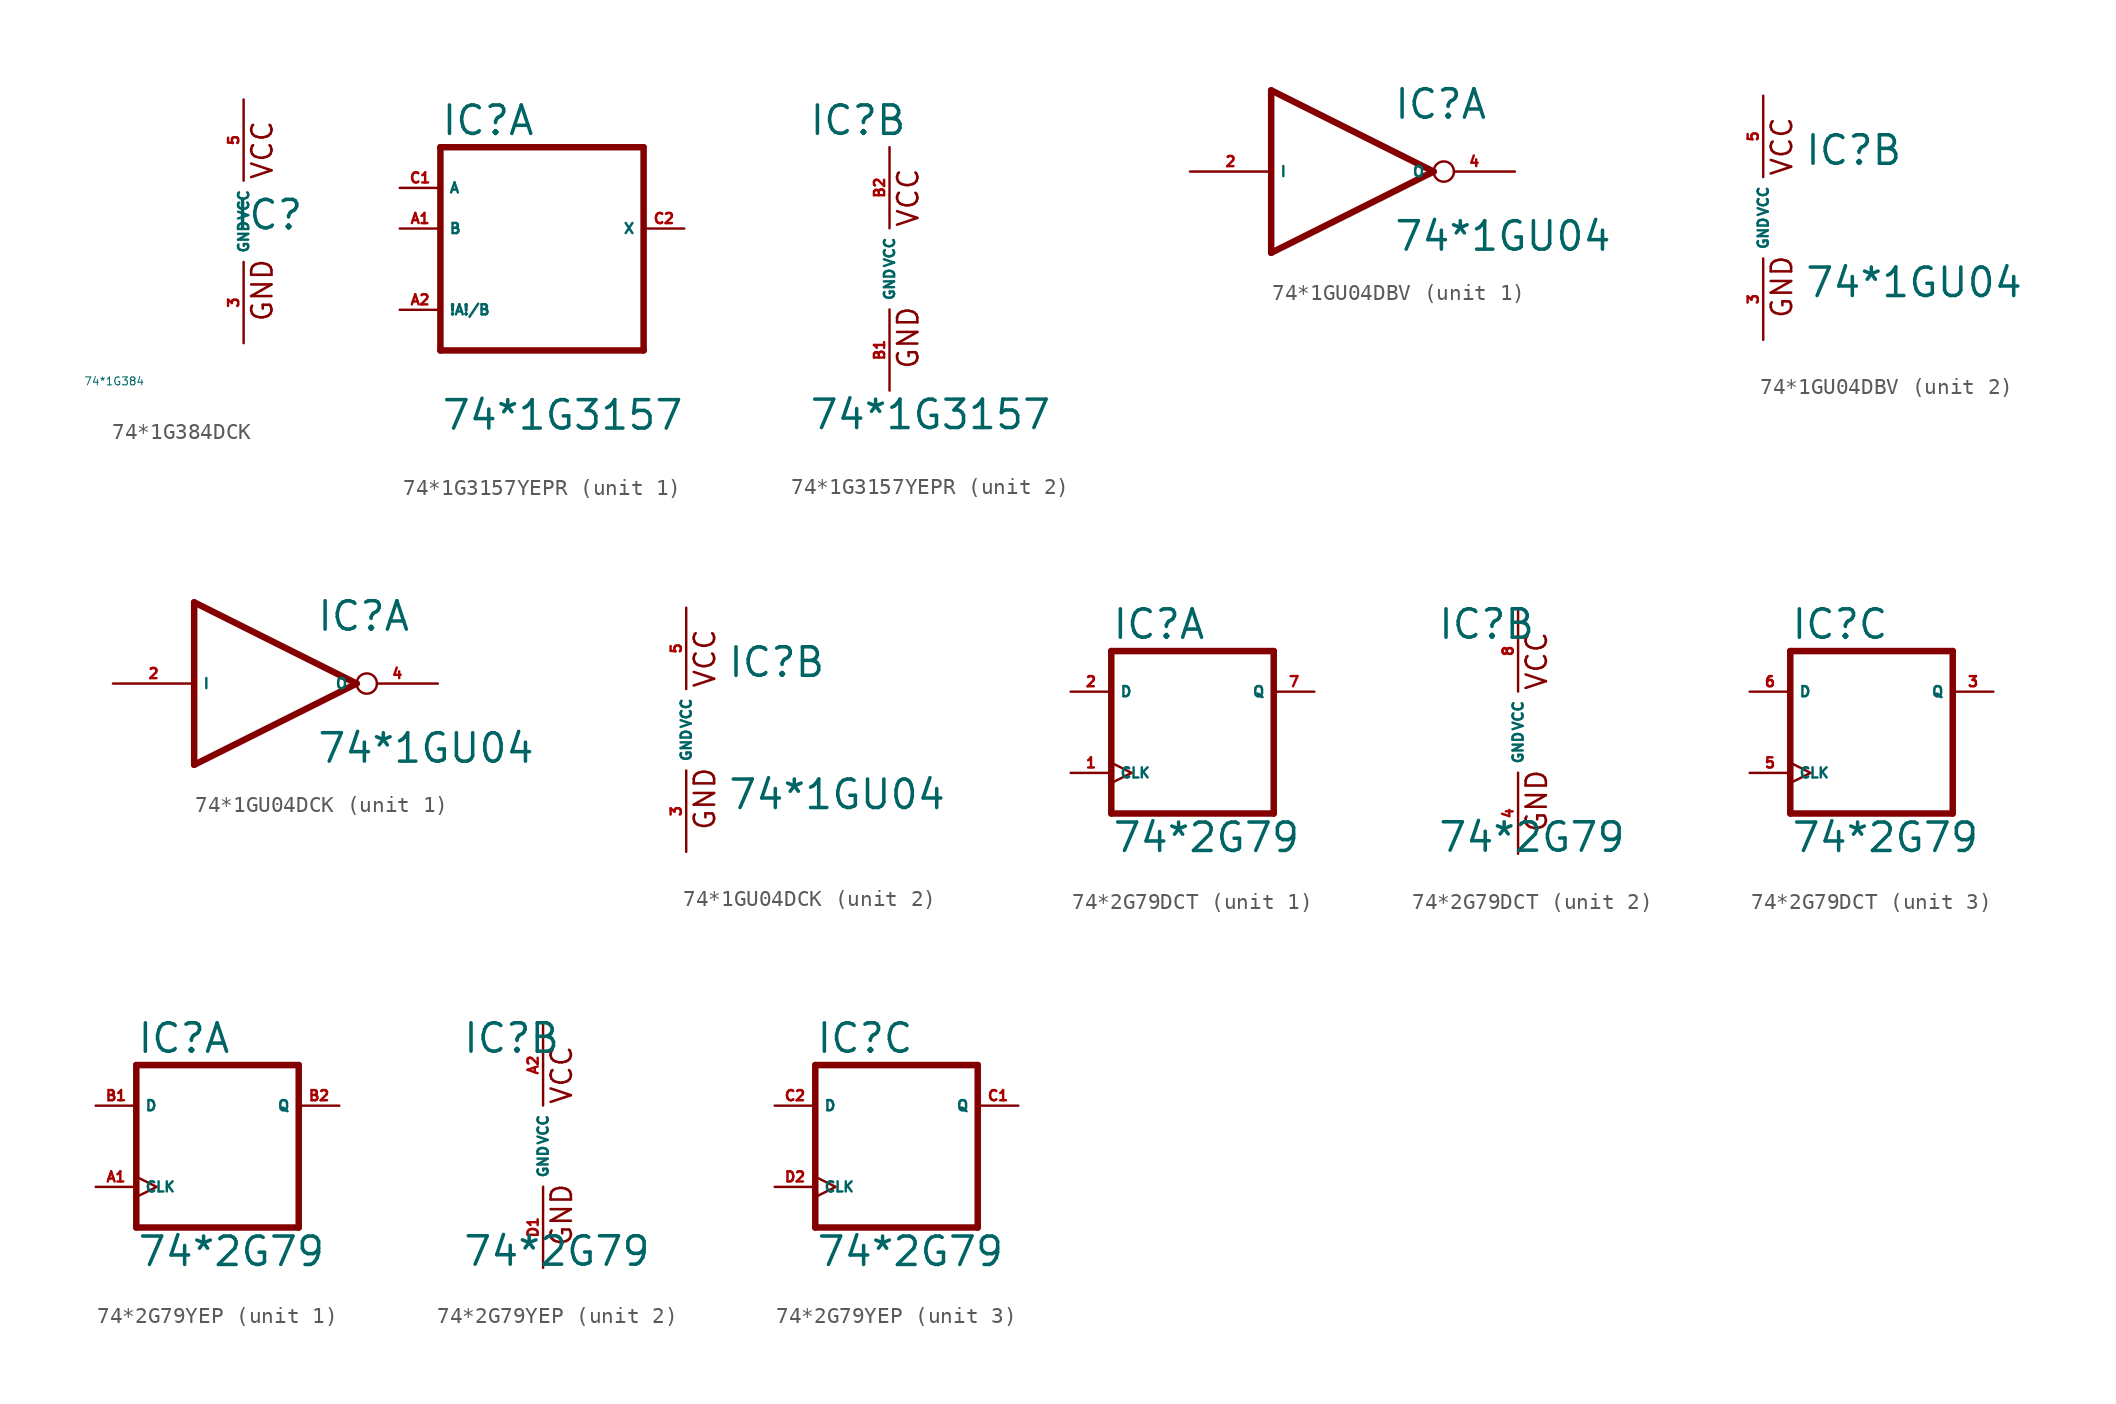
<source format=kicad_sym>
(kicad_symbol_lib
  (version 20220914)
  (generator Eagle2Kicad)
  (symbol "74*1G384DCK"
    (property "Reference" "IC"
      (at -0.635 -0.635 0)
      (effects (font (size 1.778 1.778) (thickness 0.22)) (justify left bottom)))
    (property "Value" "74*1G384"
      (at -10 -10 0)
      (effects (font (size 0.5 0.5) (thickness 0.06)) (justify left)))
    (text "GND"
      (at 1.905 -6.35 900)
      (effects (font (size 1.27 1.27) (thickness 0.16)) (justify left bottom)))
    (text "VCC"
      (at 1.905 2.54 900)
      (effects (font (size 1.27 1.27) (thickness 0.16)) (justify left bottom)))
    (pin unspecified line
      (at 0 -7.62 90)
      (length 5.08)
      (name "GND" (effects (font (size 0.635 0.635) (thickness 0.08)) (justify left bottom)))
      (number "3" (effects (font (size 0.635 0.635) (thickness 0.08)) (justify left bottom))))
    (pin unspecified line
      (at 0 7.62 270)
      (length 5.08)
      (name "VCC" (effects (font (size 0.635 0.635) (thickness 0.08)) (justify left bottom)))
      (number "5" (effects (font (size 0.635 0.635) (thickness 0.08)) (justify left bottom)))))
  (symbol "74*1G3157YEPR"
    (property "Reference" "IC"
      (at -5.08 8.255 0)
      (effects (font (size 1.778 1.778) (thickness 0.22)) (justify left bottom)))
    (property "Value" "74*1G3157"
      (at -5.08 -10.16 0)
      (effects (font (size 1.778 1.778) (thickness 0.22)) (justify left bottom)))
    (symbol "74*1G3157YEPR_1_0"
      (polyline (pts (xy -5.08 -5.08) (xy 7.62 -5.08)) (stroke (width 0.406) (type default)) (fill (type none)))
      (polyline (pts (xy 7.62 -5.08) (xy 7.62 7.62)) (stroke (width 0.406) (type default)) (fill (type none)))
      (polyline (pts (xy 7.62 7.62) (xy -5.08 7.62)) (stroke (width 0.406) (type default)) (fill (type none)))
      (polyline (pts (xy -5.08 7.62) (xy -5.08 -5.08)) (stroke (width 0.406) (type default)) (fill (type none)))
      (pin input line (at -7.62 -2.54 0) (length 2.54) (name "!A!/B" (effects (font (size 0.635 0.635) (thickness 0.08)) (justify left bottom))) (number "A2" (effects (font (size 0.635 0.635) (thickness 0.08)) (justify left bottom))))
      (pin bidirectional line (at -7.62 5.08 0) (length 2.54) (name "A" (effects (font (size 0.635 0.635) (thickness 0.08)) (justify left bottom))) (number "C1" (effects (font (size 0.635 0.635) (thickness 0.08)) (justify left bottom))))
      (pin bidirectional line (at -7.62 2.54 0) (length 2.54) (name "B" (effects (font (size 0.635 0.635) (thickness 0.08)) (justify left bottom))) (number "A1" (effects (font (size 0.635 0.635) (thickness 0.08)) (justify left bottom))))
      (pin bidirectional line (at 10.16 2.54 180) (length 2.54) (name "X" (effects (font (size 0.635 0.635) (thickness 0.08)) (justify left bottom))) (number "C2" (effects (font (size 0.635 0.635) (thickness 0.08)) (justify left bottom)))))
    (symbol "74*1G3157YEPR_2_0"
      (text "GND" (at 1.905 -6.35 900) (effects (font (size 1.27 1.27) (thickness 0.16)) (justify left bottom)))
      (text "VCC" (at 1.905 2.54 900) (effects (font (size 1.27 1.27) (thickness 0.16)) (justify left bottom)))
      (pin unspecified line (at 0 -7.62 90) (length 5.08) (name "GND" (effects (font (size 0.635 0.635) (thickness 0.08)) (justify left bottom))) (number "B1" (effects (font (size 0.635 0.635) (thickness 0.08)) (justify left bottom))))
      (pin unspecified line (at 0 7.62 270) (length 5.08) (name "VCC" (effects (font (size 0.635 0.635) (thickness 0.08)) (justify left bottom))) (number "B2" (effects (font (size 0.635 0.635) (thickness 0.08)) (justify left bottom))))))
  (symbol "74*1GU04DBV"
    (property "Reference" "IC"
      (at 2.54 3.175 0)
      (effects (font (size 1.778 1.778) (thickness 0.22)) (justify left bottom)))
    (property "Value" "74*1GU04"
      (at 2.54 -5.08 0)
      (effects (font (size 1.778 1.778) (thickness 0.22)) (justify left bottom)))
    (symbol "74*1GU04DBV_1_0"
      (polyline (pts (xy -5.08 5.08) (xy 5.08 0)) (stroke (width 0.406) (type default)) (fill (type none)))
      (polyline (pts (xy 5.08 0) (xy -5.08 -5.08)) (stroke (width 0.406) (type default)) (fill (type none)))
      (polyline (pts (xy -5.08 -5.08) (xy -5.08 5.08)) (stroke (width 0.406) (type default)) (fill (type none)))
      (pin input line (at -10.16 0 0) (length 5.08) (name "I" (effects (font (size 0.635 0.635) (thickness 0.08)) (justify left bottom))) (number "2" (effects (font (size 0.635 0.635) (thickness 0.08)) (justify left bottom))))
      (pin output inverted (at 10.16 0 180) (length 5.08) (name "O" (effects (font (size 0.635 0.635) (thickness 0.08)) (justify left bottom))) (number "4" (effects (font (size 0.635 0.635) (thickness 0.08)) (justify left bottom)))))
    (symbol "74*1GU04DBV_2_0"
      (text "GND" (at 1.905 -6.35 900) (effects (font (size 1.27 1.27) (thickness 0.16)) (justify left bottom)))
      (text "VCC" (at 1.905 2.54 900) (effects (font (size 1.27 1.27) (thickness 0.16)) (justify left bottom)))
      (pin unspecified line (at 0 -7.62 90) (length 5.08) (name "GND" (effects (font (size 0.635 0.635) (thickness 0.08)) (justify left bottom))) (number "3" (effects (font (size 0.635 0.635) (thickness 0.08)) (justify left bottom))))
      (pin unspecified line (at 0 7.62 270) (length 5.08) (name "VCC" (effects (font (size 0.635 0.635) (thickness 0.08)) (justify left bottom))) (number "5" (effects (font (size 0.635 0.635) (thickness 0.08)) (justify left bottom))))))
  (symbol "74*1GU04DCK"
    (property "Reference" "IC"
      (at 2.54 3.175 0)
      (effects (font (size 1.778 1.778) (thickness 0.22)) (justify left bottom)))
    (property "Value" "74*1GU04"
      (at 2.54 -5.08 0)
      (effects (font (size 1.778 1.778) (thickness 0.22)) (justify left bottom)))
    (symbol "74*1GU04DCK_1_0"
      (polyline (pts (xy -5.08 5.08) (xy 5.08 0)) (stroke (width 0.406) (type default)) (fill (type none)))
      (polyline (pts (xy 5.08 0) (xy -5.08 -5.08)) (stroke (width 0.406) (type default)) (fill (type none)))
      (polyline (pts (xy -5.08 -5.08) (xy -5.08 5.08)) (stroke (width 0.406) (type default)) (fill (type none)))
      (pin input line (at -10.16 0 0) (length 5.08) (name "I" (effects (font (size 0.635 0.635) (thickness 0.08)) (justify left bottom))) (number "2" (effects (font (size 0.635 0.635) (thickness 0.08)) (justify left bottom))))
      (pin output inverted (at 10.16 0 180) (length 5.08) (name "O" (effects (font (size 0.635 0.635) (thickness 0.08)) (justify left bottom))) (number "4" (effects (font (size 0.635 0.635) (thickness 0.08)) (justify left bottom)))))
    (symbol "74*1GU04DCK_2_0"
      (text "GND" (at 1.905 -6.35 900) (effects (font (size 1.27 1.27) (thickness 0.16)) (justify left bottom)))
      (text "VCC" (at 1.905 2.54 900) (effects (font (size 1.27 1.27) (thickness 0.16)) (justify left bottom)))
      (pin unspecified line (at 0 -7.62 90) (length 5.08) (name "GND" (effects (font (size 0.635 0.635) (thickness 0.08)) (justify left bottom))) (number "3" (effects (font (size 0.635 0.635) (thickness 0.08)) (justify left bottom))))
      (pin unspecified line (at 0 7.62 270) (length 5.08) (name "VCC" (effects (font (size 0.635 0.635) (thickness 0.08)) (justify left bottom))) (number "5" (effects (font (size 0.635 0.635) (thickness 0.08)) (justify left bottom))))))
  (symbol "74*2G79DCT"
    (property "Reference" "IC"
      (at -5.08 5.715 0)
      (effects (font (size 1.778 1.778) (thickness 0.22)) (justify left bottom)))
    (property "Value" "74*2G79"
      (at -5.08 -7.62 0)
      (effects (font (size 1.778 1.778) (thickness 0.22)) (justify left bottom)))
    (symbol "74*2G79DCT_1_0"
      (polyline (pts (xy -5.08 -5.08) (xy 5.08 -5.08)) (stroke (width 0.406) (type default)) (fill (type none)))
      (polyline (pts (xy 5.08 -5.08) (xy 5.08 5.08)) (stroke (width 0.406) (type default)) (fill (type none)))
      (polyline (pts (xy 5.08 5.08) (xy -5.08 5.08)) (stroke (width 0.406) (type default)) (fill (type none)))
      (polyline (pts (xy -5.08 5.08) (xy -5.08 -5.08)) (stroke (width 0.406) (type default)) (fill (type none)))
      (pin input line (at -7.62 2.54 0) (length 2.54) (name "D" (effects (font (size 0.635 0.635) (thickness 0.08)) (justify left bottom))) (number "2" (effects (font (size 0.635 0.635) (thickness 0.08)) (justify left bottom))))
      (pin input clock (at -7.62 -2.54 0) (length 2.54) (name "CLK" (effects (font (size 0.635 0.635) (thickness 0.08)) (justify left bottom))) (number "1" (effects (font (size 0.635 0.635) (thickness 0.08)) (justify left bottom))))
      (pin output line (at 7.62 2.54 180) (length 2.54) (name "Q" (effects (font (size 0.635 0.635) (thickness 0.08)) (justify left bottom))) (number "7" (effects (font (size 0.635 0.635) (thickness 0.08)) (justify left bottom)))))
    (symbol "74*2G79DCT_2_0"
      (text "GND" (at 1.905 -6.35 900) (effects (font (size 1.27 1.27) (thickness 0.16)) (justify left bottom)))
      (text "VCC" (at 1.905 2.54 900) (effects (font (size 1.27 1.27) (thickness 0.16)) (justify left bottom)))
      (pin unspecified line (at 0 -7.62 90) (length 5.08) (name "GND" (effects (font (size 0.635 0.635) (thickness 0.08)) (justify left bottom))) (number "4" (effects (font (size 0.635 0.635) (thickness 0.08)) (justify left bottom))))
      (pin unspecified line (at 0 7.62 270) (length 5.08) (name "VCC" (effects (font (size 0.635 0.635) (thickness 0.08)) (justify left bottom))) (number "8" (effects (font (size 0.635 0.635) (thickness 0.08)) (justify left bottom)))))
    (symbol "74*2G79DCT_3_0"
      (polyline (pts (xy -5.08 -5.08) (xy 5.08 -5.08)) (stroke (width 0.406) (type default)) (fill (type none)))
      (polyline (pts (xy 5.08 -5.08) (xy 5.08 5.08)) (stroke (width 0.406) (type default)) (fill (type none)))
      (polyline (pts (xy 5.08 5.08) (xy -5.08 5.08)) (stroke (width 0.406) (type default)) (fill (type none)))
      (polyline (pts (xy -5.08 5.08) (xy -5.08 -5.08)) (stroke (width 0.406) (type default)) (fill (type none)))
      (pin input line (at -7.62 2.54 0) (length 2.54) (name "D" (effects (font (size 0.635 0.635) (thickness 0.08)) (justify left bottom))) (number "6" (effects (font (size 0.635 0.635) (thickness 0.08)) (justify left bottom))))
      (pin input clock (at -7.62 -2.54 0) (length 2.54) (name "CLK" (effects (font (size 0.635 0.635) (thickness 0.08)) (justify left bottom))) (number "5" (effects (font (size 0.635 0.635) (thickness 0.08)) (justify left bottom))))
      (pin output line (at 7.62 2.54 180) (length 2.54) (name "Q" (effects (font (size 0.635 0.635) (thickness 0.08)) (justify left bottom))) (number "3" (effects (font (size 0.635 0.635) (thickness 0.08)) (justify left bottom))))))
  (symbol "74*2G79YEP"
    (property "Reference" "IC"
      (at -5.08 5.715 0)
      (effects (font (size 1.778 1.778) (thickness 0.22)) (justify left bottom)))
    (property "Value" "74*2G79"
      (at -5.08 -7.62 0)
      (effects (font (size 1.778 1.778) (thickness 0.22)) (justify left bottom)))
    (symbol "74*2G79YEP_1_0"
      (polyline (pts (xy -5.08 -5.08) (xy 5.08 -5.08)) (stroke (width 0.406) (type default)) (fill (type none)))
      (polyline (pts (xy 5.08 -5.08) (xy 5.08 5.08)) (stroke (width 0.406) (type default)) (fill (type none)))
      (polyline (pts (xy 5.08 5.08) (xy -5.08 5.08)) (stroke (width 0.406) (type default)) (fill (type none)))
      (polyline (pts (xy -5.08 5.08) (xy -5.08 -5.08)) (stroke (width 0.406) (type default)) (fill (type none)))
      (pin input line (at -7.62 2.54 0) (length 2.54) (name "D" (effects (font (size 0.635 0.635) (thickness 0.08)) (justify left bottom))) (number "B1" (effects (font (size 0.635 0.635) (thickness 0.08)) (justify left bottom))))
      (pin input clock (at -7.62 -2.54 0) (length 2.54) (name "CLK" (effects (font (size 0.635 0.635) (thickness 0.08)) (justify left bottom))) (number "A1" (effects (font (size 0.635 0.635) (thickness 0.08)) (justify left bottom))))
      (pin output line (at 7.62 2.54 180) (length 2.54) (name "Q" (effects (font (size 0.635 0.635) (thickness 0.08)) (justify left bottom))) (number "B2" (effects (font (size 0.635 0.635) (thickness 0.08)) (justify left bottom)))))
    (symbol "74*2G79YEP_2_0"
      (text "GND" (at 1.905 -6.35 900) (effects (font (size 1.27 1.27) (thickness 0.16)) (justify left bottom)))
      (text "VCC" (at 1.905 2.54 900) (effects (font (size 1.27 1.27) (thickness 0.16)) (justify left bottom)))
      (pin unspecified line (at 0 -7.62 90) (length 5.08) (name "GND" (effects (font (size 0.635 0.635) (thickness 0.08)) (justify left bottom))) (number "D1" (effects (font (size 0.635 0.635) (thickness 0.08)) (justify left bottom))))
      (pin unspecified line (at 0 7.62 270) (length 5.08) (name "VCC" (effects (font (size 0.635 0.635) (thickness 0.08)) (justify left bottom))) (number "A2" (effects (font (size 0.635 0.635) (thickness 0.08)) (justify left bottom)))))
    (symbol "74*2G79YEP_3_0"
      (polyline (pts (xy -5.08 -5.08) (xy 5.08 -5.08)) (stroke (width 0.406) (type default)) (fill (type none)))
      (polyline (pts (xy 5.08 -5.08) (xy 5.08 5.08)) (stroke (width 0.406) (type default)) (fill (type none)))
      (polyline (pts (xy 5.08 5.08) (xy -5.08 5.08)) (stroke (width 0.406) (type default)) (fill (type none)))
      (polyline (pts (xy -5.08 5.08) (xy -5.08 -5.08)) (stroke (width 0.406) (type default)) (fill (type none)))
      (pin input line (at -7.62 2.54 0) (length 2.54) (name "D" (effects (font (size 0.635 0.635) (thickness 0.08)) (justify left bottom))) (number "C2" (effects (font (size 0.635 0.635) (thickness 0.08)) (justify left bottom))))
      (pin input clock (at -7.62 -2.54 0) (length 2.54) (name "CLK" (effects (font (size 0.635 0.635) (thickness 0.08)) (justify left bottom))) (number "D2" (effects (font (size 0.635 0.635) (thickness 0.08)) (justify left bottom))))
      (pin output line (at 7.62 2.54 180) (length 2.54) (name "Q" (effects (font (size 0.635 0.635) (thickness 0.08)) (justify left bottom))) (number "C1" (effects (font (size 0.635 0.635) (thickness 0.08)) (justify left bottom)))))))
</source>
